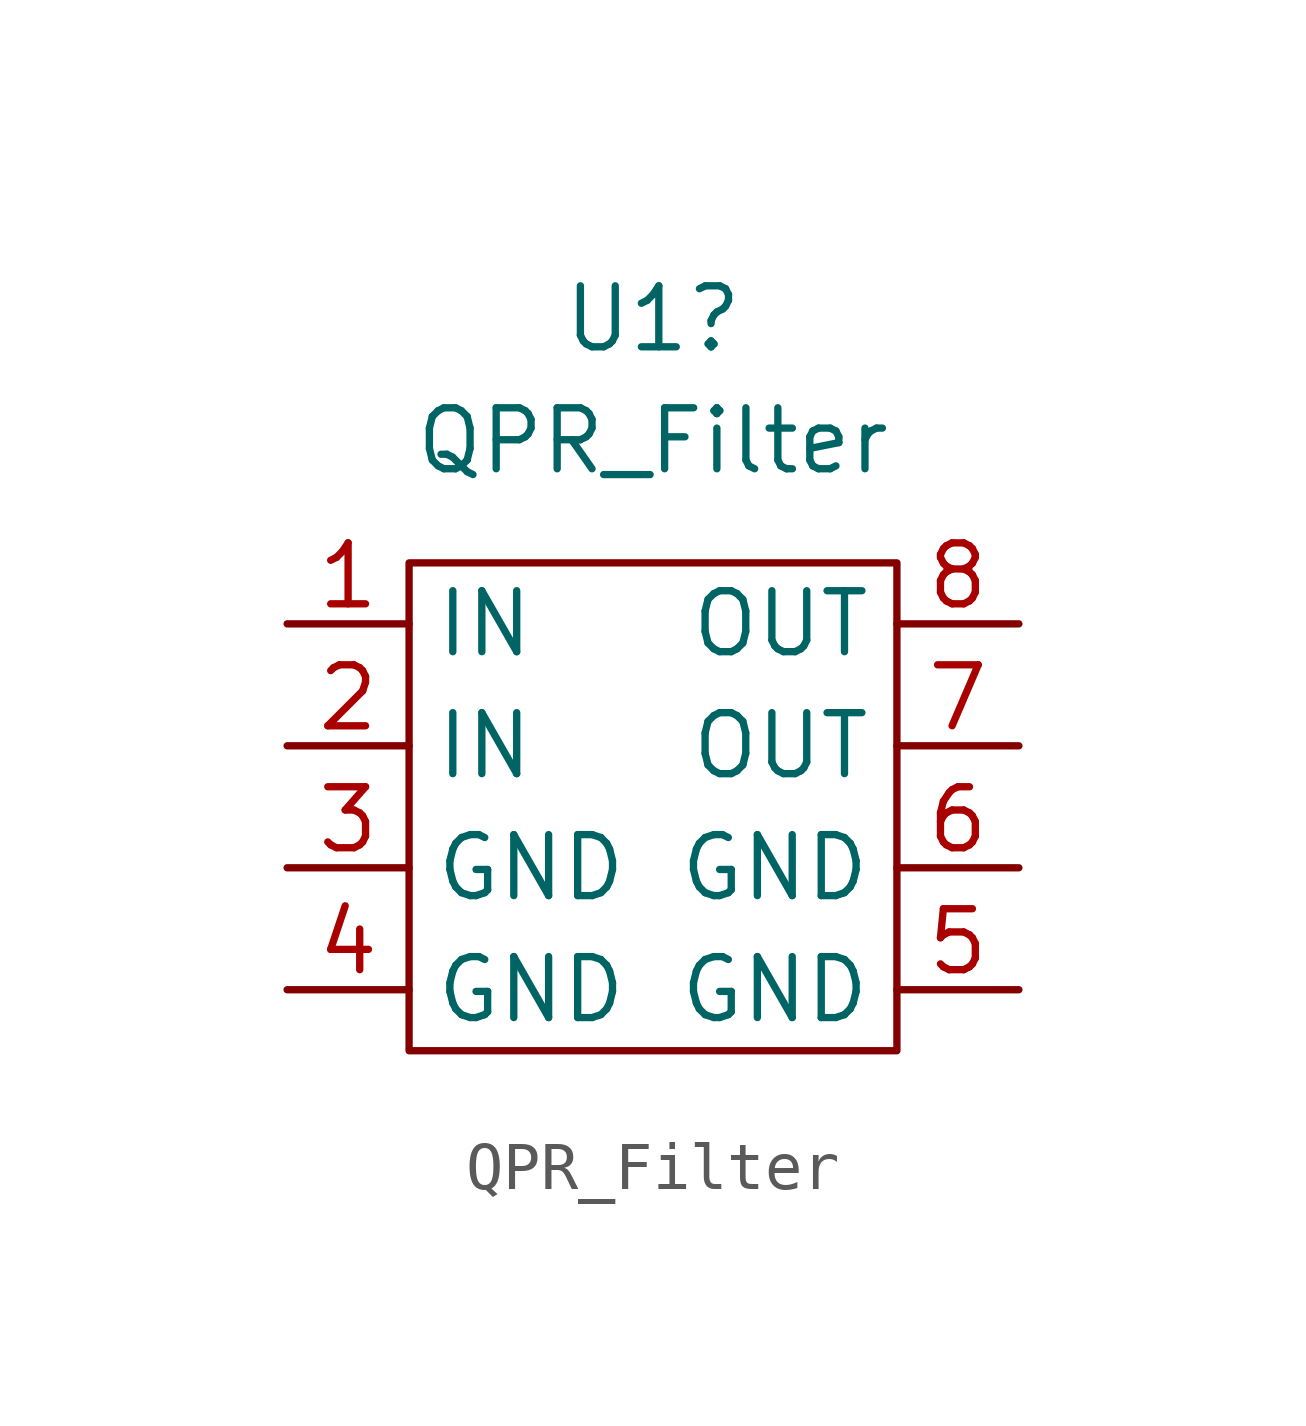
<source format=kicad_sym>
(kicad_symbol_lib
  (version 20220914)
  (generator kicad_symbol_editor)
  (symbol "QPR_Filter"
    (property "Reference" "U1"
      (at 0 10.16 0)
      (effects (font (size 1.27 1.27))))
    (property "Value" "QPR_Filter"
      (at 0 7.62 0)
      (effects (font (size 1.27 1.27))))
    (symbol "QPR_Filter_0_1"
      (rectangle (start -5.08 5.08) (end 5.08 -5.08) (stroke (width 0) (type default)) (fill (type none))))
    (symbol "QPR_Filter_1_1"
      (pin bidirectional line (at -7.62 3.81 0) (length 2.54) (name "IN" (effects (font (size 1.27 1.27)))) (number "1" (effects (font (size 1.27 1.27)))))
      (pin bidirectional line (at -7.62 1.27 0) (length 2.54) (name "IN" (effects (font (size 1.27 1.27)))) (number "2" (effects (font (size 1.27 1.27)))))
      (pin power_in line (at -7.62 -1.27 0) (length 2.54) (name "GND" (effects (font (size 1.27 1.27)))) (number "3" (effects (font (size 1.27 1.27)))))
      (pin power_in line (at -7.62 -3.81 0) (length 2.54) (name "GND" (effects (font (size 1.27 1.27)))) (number "4" (effects (font (size 1.27 1.27)))))
      (pin power_in line (at 7.62 -3.81 180) (length 2.54) (name "GND" (effects (font (size 1.27 1.27)))) (number "5" (effects (font (size 1.27 1.27)))))
      (pin power_in line (at 7.62 -1.27 180) (length 2.54) (name "GND" (effects (font (size 1.27 1.27)))) (number "6" (effects (font (size 1.27 1.27)))))
      (pin bidirectional line (at 7.62 1.27 180) (length 2.54) (name "OUT" (effects (font (size 1.27 1.27)))) (number "7" (effects (font (size 1.27 1.27)))))
      (pin bidirectional line (at 7.62 3.81 180) (length 2.54) (name "OUT" (effects (font (size 1.27 1.27)))) (number "8" (effects (font (size 1.27 1.27))))))))
</source>
